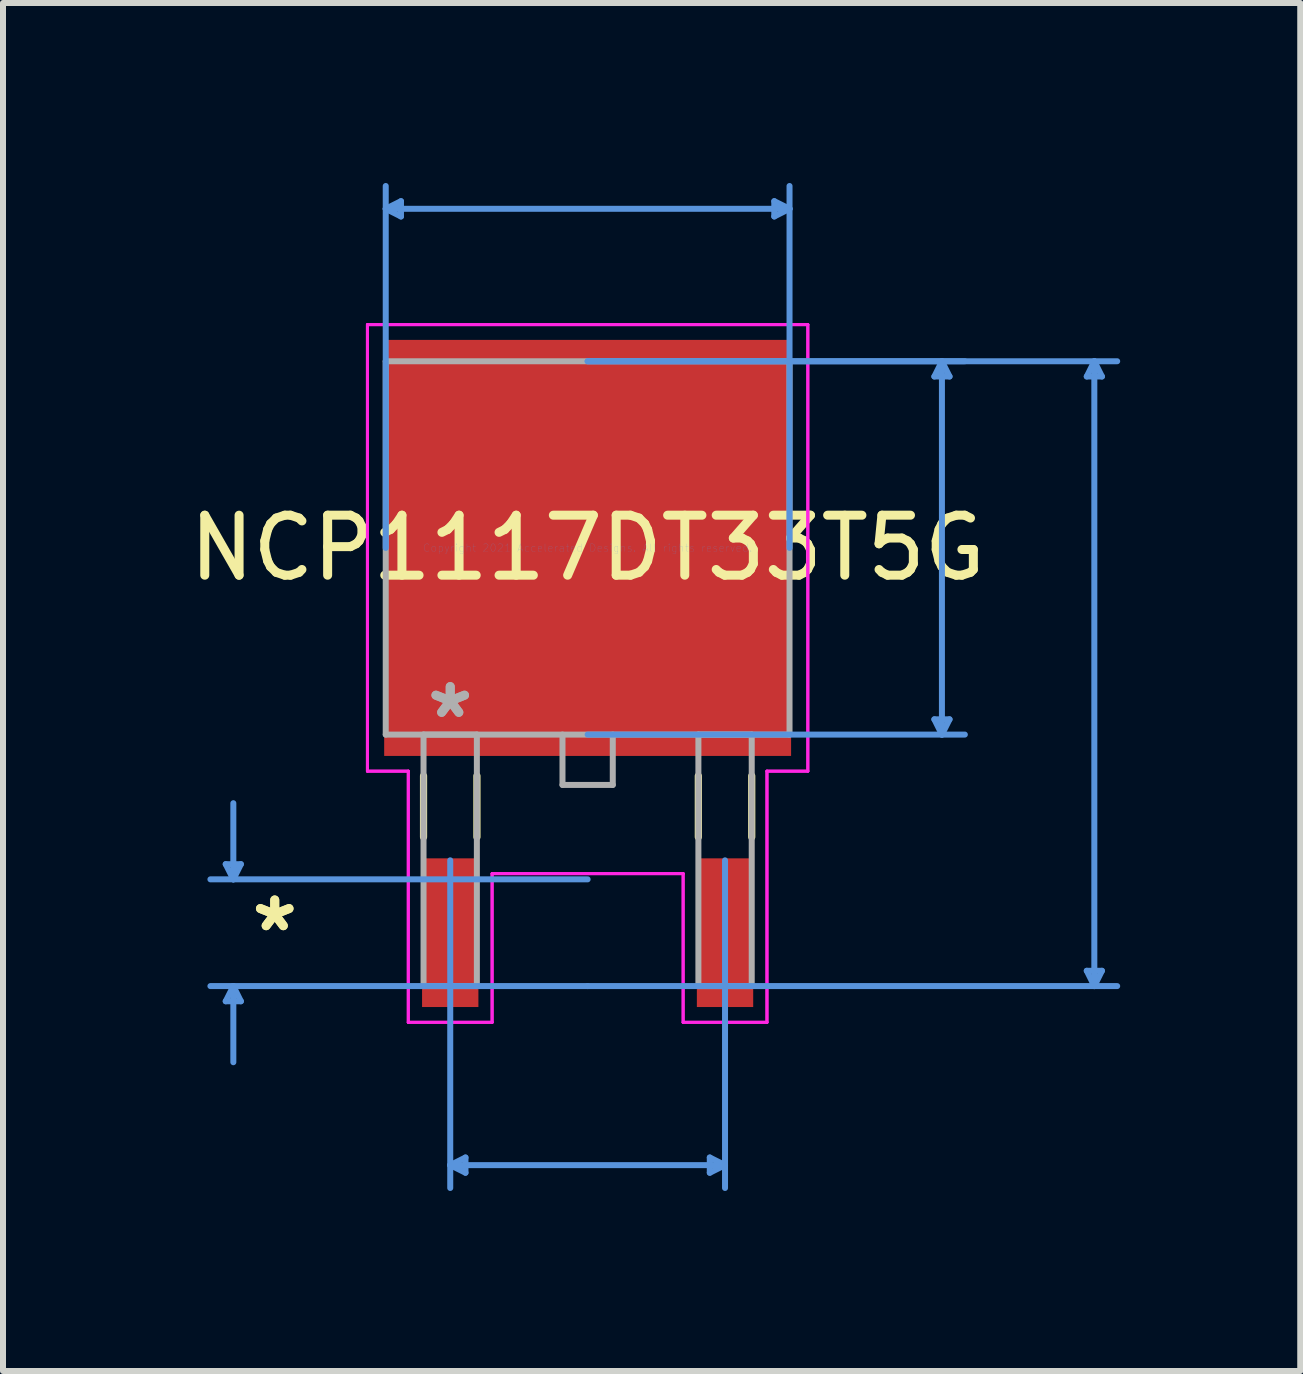
<source format=kicad_pcb>
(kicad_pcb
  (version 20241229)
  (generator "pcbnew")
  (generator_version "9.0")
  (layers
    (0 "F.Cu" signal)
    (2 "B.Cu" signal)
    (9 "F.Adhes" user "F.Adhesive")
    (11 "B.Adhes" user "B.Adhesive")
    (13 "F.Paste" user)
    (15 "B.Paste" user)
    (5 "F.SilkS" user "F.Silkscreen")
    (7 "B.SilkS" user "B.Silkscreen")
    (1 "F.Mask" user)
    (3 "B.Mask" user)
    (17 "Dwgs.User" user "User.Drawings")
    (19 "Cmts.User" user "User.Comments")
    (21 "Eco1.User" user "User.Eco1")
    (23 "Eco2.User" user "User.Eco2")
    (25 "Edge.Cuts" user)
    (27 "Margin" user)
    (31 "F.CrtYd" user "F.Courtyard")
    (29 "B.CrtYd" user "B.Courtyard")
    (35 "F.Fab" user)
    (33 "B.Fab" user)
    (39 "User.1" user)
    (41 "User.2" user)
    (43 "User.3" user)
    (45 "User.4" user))
  (footprint "NCP1117DT33T5G"
    (layer "F.Cu")
    (at 6.744 6.082)
    (property "Reference" "NCP1117DT33T5G" (at 0 0 0) (layer "F.SilkS") (effects (font (size 1 1) (thickness 0.15))))
    (attr through_hole)
    (fp_line (start -2.735 3.8) (end -2.735 4.819) (stroke (width 0.12) (type solid)) (layer "F.SilkS"))
    (fp_line (start -1.845 3.8) (end -1.845 4.819) (stroke (width 0.12) (type solid)) (layer "F.SilkS"))
    (fp_line (start 1.845 3.8) (end 1.845 4.819) (stroke (width 0.12) (type solid)) (layer "F.SilkS"))
    (fp_line (start 2.735 3.8) (end 2.735 4.819) (stroke (width 0.12) (type solid)) (layer "F.SilkS"))
    (fp_line (start -6.032 5.271) (end -5.779 5.271) (stroke (width 0.1) (type solid)) (layer "Cmts.User"))
    (fp_line (start -6.032 7.556) (end -5.779 7.556) (stroke (width 0.1) (type solid)) (layer "Cmts.User"))
    (fp_line (start -5.905 5.524) (end -6.032 5.271) (stroke (width 0.1) (type solid)) (layer "Cmts.User"))
    (fp_line (start -5.905 5.524) (end -5.905 4.255) (stroke (width 0.1) (type solid)) (layer "Cmts.User"))
    (fp_line (start -5.905 5.524) (end -5.779 5.271) (stroke (width 0.1) (type solid)) (layer "Cmts.User"))
    (fp_line (start -5.905 7.303) (end -6.032 7.556) (stroke (width 0.1) (type solid)) (layer "Cmts.User"))
    (fp_line (start -5.905 7.303) (end -5.905 8.572) (stroke (width 0.1) (type solid)) (layer "Cmts.User"))
    (fp_line (start -5.905 7.303) (end -5.779 7.556) (stroke (width 0.1) (type solid)) (layer "Cmts.User"))
    (fp_line (start -3.365 -5.652) (end -3.111 -5.779) (stroke (width 0.1) (type solid)) (layer "Cmts.User"))
    (fp_line (start -3.365 -5.652) (end -3.111 -5.524) (stroke (width 0.1) (type solid)) (layer "Cmts.User"))
    (fp_line (start -3.365 -5.652) (end 3.365 -5.652) (stroke (width 0.1) (type solid)) (layer "Cmts.User"))
    (fp_line (start -3.365 0) (end -3.365 -6.032) (stroke (width 0.1) (type solid)) (layer "Cmts.User"))
    (fp_line (start -3.111 -5.779) (end -3.111 -5.524) (stroke (width 0.1) (type solid)) (layer "Cmts.User"))
    (fp_line (start -2.29 5.207) (end -2.29 10.668) (stroke (width 0.1) (type solid)) (layer "Cmts.User"))
    (fp_line (start -2.29 10.287) (end -2.036 10.16) (stroke (width 0.1) (type solid)) (layer "Cmts.User"))
    (fp_line (start -2.29 10.287) (end -2.036 10.414) (stroke (width 0.1) (type solid)) (layer "Cmts.User"))
    (fp_line (start -2.29 10.287) (end 2.29 10.287) (stroke (width 0.1) (type solid)) (layer "Cmts.User"))
    (fp_line (start -2.036 10.16) (end -2.036 10.414) (stroke (width 0.1) (type solid)) (layer "Cmts.User"))
    (fp_line (start 0 -3.111) (end 6.287 -3.111) (stroke (width 0.1) (type solid)) (layer "Cmts.User"))
    (fp_line (start 0 -3.111) (end 8.826 -3.111) (stroke (width 0.1) (type solid)) (layer "Cmts.User"))
    (fp_line (start 0 3.111) (end 6.287 3.111) (stroke (width 0.1) (type solid)) (layer "Cmts.User"))
    (fp_line (start 0 5.524) (end -6.287 5.524) (stroke (width 0.1) (type solid)) (layer "Cmts.User"))
    (fp_line (start 0 7.303) (end -6.287 7.303) (stroke (width 0.1) (type solid)) (layer "Cmts.User"))
    (fp_line (start 0 7.303) (end 8.826 7.303) (stroke (width 0.1) (type solid)) (layer "Cmts.User"))
    (fp_line (start 2.036 10.16) (end 2.036 10.414) (stroke (width 0.1) (type solid)) (layer "Cmts.User"))
    (fp_line (start 2.29 5.207) (end 2.29 10.668) (stroke (width 0.1) (type solid)) (layer "Cmts.User"))
    (fp_line (start 2.29 10.287) (end 2.036 10.16) (stroke (width 0.1) (type solid)) (layer "Cmts.User"))
    (fp_line (start 2.29 10.287) (end 2.036 10.414) (stroke (width 0.1) (type solid)) (layer "Cmts.User"))
    (fp_line (start 3.111 -5.779) (end 3.111 -5.524) (stroke (width 0.1) (type solid)) (layer "Cmts.User"))
    (fp_line (start 3.365 -5.652) (end 3.111 -5.779) (stroke (width 0.1) (type solid)) (layer "Cmts.User"))
    (fp_line (start 3.365 -5.652) (end 3.111 -5.524) (stroke (width 0.1) (type solid)) (layer "Cmts.User"))
    (fp_line (start 3.365 0) (end 3.365 -6.032) (stroke (width 0.1) (type solid)) (layer "Cmts.User"))
    (fp_line (start 5.779 -2.857) (end 6.032 -2.857) (stroke (width 0.1) (type solid)) (layer "Cmts.User"))
    (fp_line (start 5.779 2.857) (end 6.032 2.857) (stroke (width 0.1) (type solid)) (layer "Cmts.User"))
    (fp_line (start 5.905 -3.111) (end 5.779 -2.857) (stroke (width 0.1) (type solid)) (layer "Cmts.User"))
    (fp_line (start 5.905 -3.111) (end 5.905 3.111) (stroke (width 0.1) (type solid)) (layer "Cmts.User"))
    (fp_line (start 5.905 -3.111) (end 6.032 -2.857) (stroke (width 0.1) (type solid)) (layer "Cmts.User"))
    (fp_line (start 5.905 3.111) (end 5.779 2.857) (stroke (width 0.1) (type solid)) (layer "Cmts.User"))
    (fp_line (start 5.905 3.111) (end 6.032 2.857) (stroke (width 0.1) (type solid)) (layer "Cmts.User"))
    (fp_line (start 8.319 -2.857) (end 8.572 -2.857) (stroke (width 0.1) (type solid)) (layer "Cmts.User"))
    (fp_line (start 8.319 7.048) (end 8.572 7.048) (stroke (width 0.1) (type solid)) (layer "Cmts.User"))
    (fp_line (start 8.445 -3.111) (end 8.319 -2.857) (stroke (width 0.1) (type solid)) (layer "Cmts.User"))
    (fp_line (start 8.445 -3.111) (end 8.445 7.303) (stroke (width 0.1) (type solid)) (layer "Cmts.User"))
    (fp_line (start 8.445 -3.111) (end 8.572 -2.857) (stroke (width 0.1) (type solid)) (layer "Cmts.User"))
    (fp_line (start 8.445 7.303) (end 8.319 7.048) (stroke (width 0.1) (type solid)) (layer "Cmts.User"))
    (fp_line (start 8.445 7.303) (end 8.572 7.048) (stroke (width 0.1) (type solid)) (layer "Cmts.User"))
    (fp_line (start -3.67 -3.721) (end 3.67 -3.721) (stroke (width 0.05) (type solid)) (layer "F.CrtYd"))
    (fp_line (start -3.67 -3.721) (end 3.67 -3.721) (stroke (width 0.05) (type solid)) (layer "F.CrtYd"))
    (fp_line (start -3.67 3.721) (end -3.67 -3.721) (stroke (width 0.05) (type solid)) (layer "F.CrtYd"))
    (fp_line (start -3.67 3.721) (end -3.67 -3.721) (stroke (width 0.05) (type solid)) (layer "F.CrtYd"))
    (fp_line (start -2.989 3.721) (end -3.67 3.721) (stroke (width 0.05) (type solid)) (layer "F.CrtYd"))
    (fp_line (start -2.989 3.721) (end -3.67 3.721) (stroke (width 0.05) (type solid)) (layer "F.CrtYd"))
    (fp_line (start -2.989 7.907) (end -2.989 3.721) (stroke (width 0.05) (type solid)) (layer "F.CrtYd"))
    (fp_line (start -2.989 7.907) (end -2.989 3.721) (stroke (width 0.05) (type solid)) (layer "F.CrtYd"))
    (fp_line (start -1.592 5.429) (end -1.592 7.907) (stroke (width 0.05) (type solid)) (layer "F.CrtYd"))
    (fp_line (start -1.592 5.429) (end -1.592 7.907) (stroke (width 0.05) (type solid)) (layer "F.CrtYd"))
    (fp_line (start -1.592 7.907) (end -2.989 7.907) (stroke (width 0.05) (type solid)) (layer "F.CrtYd"))
    (fp_line (start -1.592 7.907) (end -2.989 7.907) (stroke (width 0.05) (type solid)) (layer "F.CrtYd"))
    (fp_line (start 1.592 5.429) (end -1.592 5.429) (stroke (width 0.05) (type solid)) (layer "F.CrtYd"))
    (fp_line (start 1.592 5.429) (end -1.592 5.429) (stroke (width 0.05) (type solid)) (layer "F.CrtYd"))
    (fp_line (start 1.592 7.907) (end 1.592 5.429) (stroke (width 0.05) (type solid)) (layer "F.CrtYd"))
    (fp_line (start 1.592 7.907) (end 1.592 5.429) (stroke (width 0.05) (type solid)) (layer "F.CrtYd"))
    (fp_line (start 2.989 3.721) (end 2.989 7.907) (stroke (width 0.05) (type solid)) (layer "F.CrtYd"))
    (fp_line (start 2.989 3.721) (end 2.989 7.907) (stroke (width 0.05) (type solid)) (layer "F.CrtYd"))
    (fp_line (start 2.989 7.907) (end 1.592 7.907) (stroke (width 0.05) (type solid)) (layer "F.CrtYd"))
    (fp_line (start 2.989 7.907) (end 1.592 7.907) (stroke (width 0.05) (type solid)) (layer "F.CrtYd"))
    (fp_line (start 3.67 -3.721) (end 3.67 3.721) (stroke (width 0.05) (type solid)) (layer "F.CrtYd"))
    (fp_line (start 3.67 -3.721) (end 3.67 3.721) (stroke (width 0.05) (type solid)) (layer "F.CrtYd"))
    (fp_line (start 3.67 3.721) (end 2.989 3.721) (stroke (width 0.05) (type solid)) (layer "F.CrtYd"))
    (fp_line (start 3.67 3.721) (end 2.989 3.721) (stroke (width 0.05) (type solid)) (layer "F.CrtYd"))
    (fp_line (start -3.365 -3.111) (end -3.365 3.111) (stroke (width 0.1) (type solid)) (layer "F.Fab"))
    (fp_line (start -3.365 3.111) (end 3.365 3.111) (stroke (width 0.1) (type solid)) (layer "F.Fab"))
    (fp_line (start -2.735 3.111) (end -2.735 7.303) (stroke (width 0.1) (type solid)) (layer "F.Fab"))
    (fp_line (start -2.735 7.303) (end -1.846 7.303) (stroke (width 0.1) (type solid)) (layer "F.Fab"))
    (fp_line (start -1.846 3.111) (end -2.735 3.111) (stroke (width 0.1) (type solid)) (layer "F.Fab"))
    (fp_line (start -1.846 7.303) (end -1.846 3.111) (stroke (width 0.1) (type solid)) (layer "F.Fab"))
    (fp_line (start -0.419 3.111) (end -0.419 3.95) (stroke (width 0.1) (type solid)) (layer "F.Fab"))
    (fp_line (start -0.419 3.95) (end 0.419 3.95) (stroke (width 0.1) (type solid)) (layer "F.Fab"))
    (fp_line (start 0.419 3.95) (end 0.419 3.111) (stroke (width 0.1) (type solid)) (layer "F.Fab"))
    (fp_line (start 1.846 3.111) (end 1.846 7.303) (stroke (width 0.1) (type solid)) (layer "F.Fab"))
    (fp_line (start 1.846 7.303) (end 2.735 7.303) (stroke (width 0.1) (type solid)) (layer "F.Fab"))
    (fp_line (start 2.735 3.111) (end 1.846 3.111) (stroke (width 0.1) (type solid)) (layer "F.Fab"))
    (fp_line (start 2.735 7.303) (end 2.735 3.111) (stroke (width 0.1) (type solid)) (layer "F.Fab"))
    (fp_line (start 3.365 -3.111) (end -3.365 -3.111) (stroke (width 0.1) (type solid)) (layer "F.Fab"))
    (fp_line (start 3.365 3.111) (end 3.365 -3.111) (stroke (width 0.1) (type solid)) (layer "F.Fab"))
    (fp_text user "*" (at -5.215 6.413 0) (layer "F.SilkS") (effects (font (size 1 1) (thickness 0.15))))
    (fp_text user "*" (at -5.215 6.413 0) (layer "F.SilkS") (effects (font (size 1 1) (thickness 0.15))))
    (fp_text user "Copyright 2021 Accelerated Designs. All rights reserved." (at 0 0 0) (layer "Cmts.User") (effects (font (size 0.127 0.127) (thickness 0.002))))
    (fp_text user "*" (at -2.29 2.857 0) (layer "F.Fab") (effects (font (size 1 1) (thickness 0.15))))
    (fp_text user "*" (at -2.29 2.857 0) (layer "F.Fab") (effects (font (size 1 1) (thickness 0.15))))
    (pad "1" smd rect (at -2.29 6.413) (size 0.939 2.478) (layers "F.Cu" "F.Mask" "F.Paste"))
    (pad "2" smd rect (at 0 0) (size 6.782 6.934) (layers "F.Cu" "F.Mask" "F.Paste"))
    (pad "3" smd rect (at 2.29 6.413) (size 0.939 2.478) (layers "F.Cu" "F.Mask" "F.Paste")))
  (gr_rect
    (start -3 -3)
    (end 18.621 19.8)
    (stroke (width 0.1) (type default))
    (fill no)
    (layer "Edge.Cuts")))
</source>
